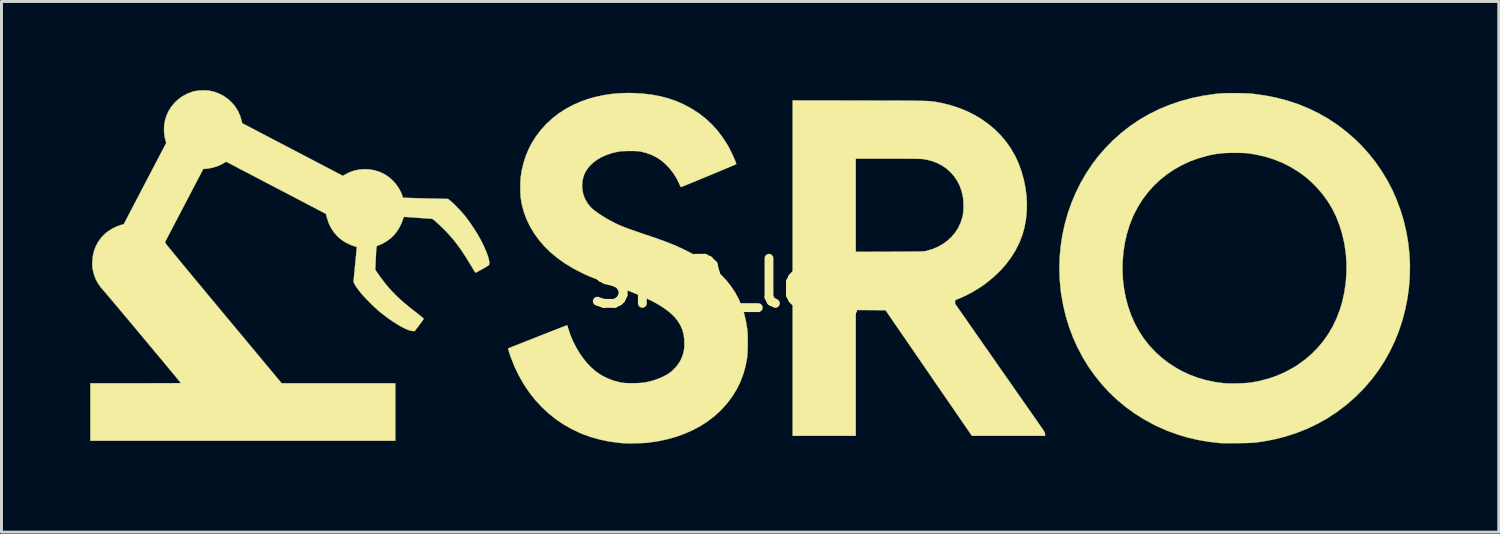
<source format=kicad_pcb>
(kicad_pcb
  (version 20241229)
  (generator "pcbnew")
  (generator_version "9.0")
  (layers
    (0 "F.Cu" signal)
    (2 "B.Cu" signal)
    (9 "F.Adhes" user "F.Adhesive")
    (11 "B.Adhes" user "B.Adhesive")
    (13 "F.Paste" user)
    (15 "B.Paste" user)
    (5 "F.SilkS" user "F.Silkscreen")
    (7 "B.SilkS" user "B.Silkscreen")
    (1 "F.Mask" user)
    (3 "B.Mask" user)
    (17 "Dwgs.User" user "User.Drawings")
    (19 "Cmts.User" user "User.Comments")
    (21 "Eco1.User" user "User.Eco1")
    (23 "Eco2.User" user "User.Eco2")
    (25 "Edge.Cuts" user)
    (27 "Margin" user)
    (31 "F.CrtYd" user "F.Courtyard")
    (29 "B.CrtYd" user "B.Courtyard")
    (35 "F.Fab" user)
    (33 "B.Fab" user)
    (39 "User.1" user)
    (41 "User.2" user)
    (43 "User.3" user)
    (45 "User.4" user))
  (footprint "SRO_logo"
    (layer "F.Cu")
    (at 22.192 6.519)
    (property "Reference" "SRO_logo" (at 0 0 0) (layer "F.SilkS") (effects (font (size 1.524 1.524) (thickness 0.3))))
    (attr through_hole)
    (fp_poly (pts (xy 3.839 -6.169) (xy 4.125 -6.168) (xy 4.388 -6.168) (xy 4.628 -6.167) (xy 4.846 -6.167) (xy 5.043 -6.166) (xy 5.221 -6.166) (xy 5.381 -6.165) (xy 5.525 -6.164) (xy 5.652 -6.163) (xy 5.766 -6.161) (xy 5.866 -6.16) (xy 5.955 -6.158) (xy 6.032 -6.156) (xy 6.101 -6.153) (xy 6.161 -6.15) (xy 6.214 -6.146) (xy 6.261 -6.142) (xy 6.304 -6.138) (xy 6.343 -6.133) (xy 6.381 -6.127) (xy 6.417 -6.121) (xy 6.454 -6.114) (xy 6.493 -6.106) (xy 6.534 -6.098) (xy 6.579 -6.089) (xy 6.88 -6.017) (xy 7.169 -5.925) (xy 7.446 -5.813) (xy 7.709 -5.683) (xy 7.958 -5.534) (xy 8.19 -5.368) (xy 8.407 -5.184) (xy 8.605 -4.985) (xy 8.785 -4.77) (xy 8.945 -4.541) (xy 9.084 -4.298) (xy 9.099 -4.269) (xy 9.212 -4.018) (xy 9.306 -3.757) (xy 9.38 -3.489) (xy 9.435 -3.216) (xy 9.469 -2.941) (xy 9.483 -2.666) (xy 9.476 -2.395) (xy 9.448 -2.129) (xy 9.399 -1.871) (xy 9.33 -1.624) (xy 9.326 -1.613) (xy 9.225 -1.356) (xy 9.101 -1.108) (xy 8.953 -0.87) (xy 8.783 -0.642) (xy 8.59 -0.423) (xy 8.374 -0.216) (xy 8.137 -0.019) (xy 7.995 0.085) (xy 7.83 0.195) (xy 7.654 0.3) (xy 7.472 0.398) (xy 7.294 0.483) (xy 7.173 0.534) (xy 7.062 0.578) (xy 7.054 0.632) (xy 7.052 0.677) (xy 7.064 0.713) (xy 7.068 0.721) (xy 7.078 0.735) (xy 7.101 0.768) (xy 7.138 0.821) (xy 7.186 0.891) (xy 7.247 0.977) (xy 7.318 1.08) (xy 7.4 1.197) (xy 7.491 1.327) (xy 7.591 1.471) (xy 7.699 1.625) (xy 7.814 1.79) (xy 7.936 1.965) (xy 8.064 2.148) (xy 8.197 2.338) (xy 8.334 2.534) (xy 8.471 2.731) (xy 8.613 2.935) (xy 8.753 3.135) (xy 8.89 3.33) (xy 9.021 3.518) (xy 9.148 3.7) (xy 9.269 3.873) (xy 9.383 4.036) (xy 9.49 4.189) (xy 9.588 4.329) (xy 9.677 4.457) (xy 9.756 4.57) (xy 9.825 4.668) (xy 9.881 4.75) (xy 9.926 4.814) (xy 9.958 4.859) (xy 9.974 4.882) (xy 10.019 4.948) (xy 10.052 4.998) (xy 10.074 5.034) (xy 10.088 5.063) (xy 10.094 5.086) (xy 10.096 5.108) (xy 10.097 5.113) (xy 10.097 5.169) (xy 7.624 5.169) (xy 4.703 0.921) (xy 3.696 0.914) (xy 3.696 5.169) (xy 1.562 5.169) (xy 1.562 -1.053) (xy 3.696 -1.053) (xy 4.842 -1.057) (xy 5.04 -1.058) (xy 5.215 -1.059) (xy 5.368 -1.06) (xy 5.5 -1.061) (xy 5.614 -1.062) (xy 5.71 -1.063) (xy 5.791 -1.064) (xy 5.859 -1.066) (xy 5.914 -1.067) (xy 5.959 -1.069) (xy 5.995 -1.072) (xy 6.024 -1.074) (xy 6.048 -1.077) (xy 6.068 -1.081) (xy 6.083 -1.084) (xy 6.283 -1.143) (xy 6.47 -1.221) (xy 6.641 -1.318) (xy 6.797 -1.431) (xy 6.936 -1.56) (xy 7.057 -1.704) (xy 7.158 -1.861) (xy 7.239 -2.03) (xy 7.298 -2.21) (xy 7.322 -2.323) (xy 7.332 -2.401) (xy 7.338 -2.498) (xy 7.34 -2.603) (xy 7.338 -2.71) (xy 7.332 -2.81) (xy 7.323 -2.897) (xy 7.321 -2.905) (xy 7.278 -3.101) (xy 7.212 -3.285) (xy 7.126 -3.455) (xy 7.02 -3.61) (xy 6.896 -3.751) (xy 6.755 -3.874) (xy 6.598 -3.98) (xy 6.426 -4.067) (xy 6.24 -4.134) (xy 6.041 -4.18) (xy 6.007 -4.185) (xy 5.981 -4.189) (xy 5.948 -4.192) (xy 5.907 -4.194) (xy 5.856 -4.196) (xy 5.793 -4.198) (xy 5.717 -4.2) (xy 5.627 -4.201) (xy 5.52 -4.202) (xy 5.395 -4.203) (xy 5.25 -4.203) (xy 5.084 -4.203) (xy 4.895 -4.204) (xy 4.791 -4.204) (xy 3.696 -4.204) (xy 3.696 -1.053) (xy 1.562 -1.053) (xy 1.562 -6.173) (xy 3.839 -6.169)) (stroke (width 0.01) (type solid)) (fill yes) (layer "F.SilkS"))
    (fp_poly (pts (xy 16.663 -6.418) (xy 16.796 -6.415) (xy 16.92 -6.411) (xy 17.03 -6.405) (xy 17.121 -6.398) (xy 17.132 -6.396) (xy 17.534 -6.341) (xy 17.924 -6.264) (xy 18.301 -6.164) (xy 18.666 -6.043) (xy 19.018 -5.899) (xy 19.357 -5.734) (xy 19.684 -5.546) (xy 19.998 -5.337) (xy 20.299 -5.106) (xy 20.587 -4.853) (xy 20.778 -4.666) (xy 21.031 -4.389) (xy 21.264 -4.097) (xy 21.477 -3.791) (xy 21.669 -3.473) (xy 21.841 -3.144) (xy 21.991 -2.804) (xy 22.12 -2.455) (xy 22.228 -2.098) (xy 22.313 -1.735) (xy 22.377 -1.365) (xy 22.417 -0.992) (xy 22.436 -0.615) (xy 22.431 -0.236) (xy 22.403 0.145) (xy 22.351 0.525) (xy 22.275 0.903) (xy 22.185 1.248) (xy 22.065 1.616) (xy 21.922 1.972) (xy 21.758 2.315) (xy 21.572 2.645) (xy 21.366 2.962) (xy 21.139 3.264) (xy 20.893 3.55) (xy 20.627 3.82) (xy 20.342 4.074) (xy 20.263 4.139) (xy 19.957 4.369) (xy 19.638 4.578) (xy 19.306 4.764) (xy 18.963 4.928) (xy 18.608 5.069) (xy 18.241 5.188) (xy 17.863 5.285) (xy 17.474 5.359) (xy 17.234 5.393) (xy 17.172 5.399) (xy 17.1 5.404) (xy 17.015 5.408) (xy 16.915 5.412) (xy 16.796 5.414) (xy 16.656 5.416) (xy 16.573 5.417) (xy 16.462 5.417) (xy 16.356 5.417) (xy 16.26 5.417) (xy 16.176 5.417) (xy 16.107 5.417) (xy 16.057 5.416) (xy 16.029 5.415) (xy 16.027 5.415) (xy 15.64 5.371) (xy 15.266 5.307) (xy 14.905 5.223) (xy 14.555 5.117) (xy 14.212 4.99) (xy 13.875 4.841) (xy 13.773 4.791) (xy 13.439 4.609) (xy 13.12 4.408) (xy 12.817 4.187) (xy 12.531 3.949) (xy 12.262 3.693) (xy 12.011 3.42) (xy 11.779 3.132) (xy 11.565 2.829) (xy 11.37 2.512) (xy 11.195 2.181) (xy 11.041 1.838) (xy 10.908 1.483) (xy 10.797 1.117) (xy 10.708 0.741) (xy 10.641 0.356) (xy 10.63 0.273) (xy 10.593 -0.11) (xy 10.583 -0.424) (xy 12.715 -0.424) (xy 12.731 -0.109) (xy 12.764 0.169) (xy 12.824 0.489) (xy 12.906 0.795) (xy 13.008 1.088) (xy 13.131 1.366) (xy 13.274 1.629) (xy 13.437 1.878) (xy 13.619 2.11) (xy 13.821 2.327) (xy 14.042 2.528) (xy 14.282 2.711) (xy 14.54 2.877) (xy 14.7 2.967) (xy 14.968 3.094) (xy 15.25 3.201) (xy 15.544 3.287) (xy 15.849 3.35) (xy 16.154 3.391) (xy 16.23 3.396) (xy 16.324 3.399) (xy 16.433 3.399) (xy 16.55 3.398) (xy 16.671 3.395) (xy 16.788 3.389) (xy 16.897 3.383) (xy 16.991 3.375) (xy 17.059 3.367) (xy 17.374 3.308) (xy 17.677 3.227) (xy 17.969 3.123) (xy 18.249 2.997) (xy 18.518 2.848) (xy 18.631 2.776) (xy 18.879 2.598) (xy 19.108 2.403) (xy 19.317 2.192) (xy 19.507 1.964) (xy 19.678 1.721) (xy 19.828 1.463) (xy 19.958 1.189) (xy 20.068 0.9) (xy 20.149 0.629) (xy 20.219 0.311) (xy 20.266 -0.014) (xy 20.29 -0.341) (xy 20.291 -0.669) (xy 20.268 -0.994) (xy 20.222 -1.314) (xy 20.211 -1.372) (xy 20.138 -1.682) (xy 20.047 -1.975) (xy 19.937 -2.252) (xy 19.807 -2.514) (xy 19.658 -2.762) (xy 19.488 -2.996) (xy 19.297 -3.219) (xy 19.197 -3.322) (xy 19.101 -3.415) (xy 19.012 -3.497) (xy 18.925 -3.57) (xy 18.833 -3.642) (xy 18.73 -3.716) (xy 18.628 -3.785) (xy 18.379 -3.936) (xy 18.118 -4.067) (xy 17.843 -4.177) (xy 17.553 -4.268) (xy 17.248 -4.339) (xy 16.98 -4.384) (xy 16.918 -4.39) (xy 16.832 -4.395) (xy 16.724 -4.398) (xy 16.596 -4.4) (xy 16.491 -4.4) (xy 16.342 -4.399) (xy 16.213 -4.395) (xy 16.099 -4.389) (xy 15.992 -4.378) (xy 15.888 -4.364) (xy 15.782 -4.345) (xy 15.667 -4.321) (xy 15.577 -4.299) (xy 15.278 -4.215) (xy 14.992 -4.109) (xy 14.719 -3.983) (xy 14.459 -3.836) (xy 14.213 -3.67) (xy 13.983 -3.485) (xy 13.77 -3.283) (xy 13.574 -3.063) (xy 13.396 -2.827) (xy 13.238 -2.576) (xy 13.099 -2.31) (xy 13.065 -2.235) (xy 12.955 -1.956) (xy 12.866 -1.665) (xy 12.797 -1.363) (xy 12.748 -1.053) (xy 12.721 -0.739) (xy 12.715 -0.424) (xy 10.583 -0.424) (xy 10.581 -0.493) (xy 10.593 -0.875) (xy 10.628 -1.255) (xy 10.686 -1.631) (xy 10.767 -2.002) (xy 10.87 -2.366) (xy 10.996 -2.722) (xy 11.143 -3.069) (xy 11.311 -3.404) (xy 11.5 -3.728) (xy 11.709 -4.039) (xy 11.881 -4.264) (xy 12.131 -4.555) (xy 12.397 -4.826) (xy 12.677 -5.076) (xy 12.972 -5.306) (xy 13.282 -5.516) (xy 13.606 -5.704) (xy 13.943 -5.872) (xy 14.294 -6.018) (xy 14.659 -6.143) (xy 15.036 -6.247) (xy 15.425 -6.329) (xy 15.827 -6.389) (xy 15.951 -6.403) (xy 16.035 -6.41) (xy 16.14 -6.415) (xy 16.26 -6.418) (xy 16.39 -6.42) (xy 16.526 -6.42) (xy 16.663 -6.418)) (stroke (width 0.01) (type solid)) (fill yes) (layer "F.SilkS"))
    (fp_poly (pts (xy -3.842 -6.422) (xy -3.514 -6.404) (xy -3.202 -6.368) (xy -2.906 -6.312) (xy -2.624 -6.237) (xy -2.357 -6.143) (xy -2.125 -6.04) (xy -1.861 -5.898) (xy -1.616 -5.741) (xy -1.391 -5.568) (xy -1.184 -5.377) (xy -0.992 -5.168) (xy -0.817 -4.939) (xy -0.655 -4.69) (xy -0.611 -4.614) (xy -0.579 -4.555) (xy -0.544 -4.487) (xy -0.508 -4.412) (xy -0.471 -4.336) (xy -0.437 -4.26) (xy -0.405 -4.188) (xy -0.379 -4.125) (xy -0.359 -4.074) (xy -0.347 -4.038) (xy -0.345 -4.02) (xy -0.345 -4.02) (xy -0.359 -4.013) (xy -0.394 -3.997) (xy -0.448 -3.974) (xy -0.518 -3.944) (xy -0.604 -3.908) (xy -0.701 -3.867) (xy -0.81 -3.821) (xy -0.926 -3.773) (xy -1.049 -3.722) (xy -1.176 -3.669) (xy -1.304 -3.615) (xy -1.432 -3.562) (xy -1.557 -3.511) (xy -1.678 -3.461) (xy -1.792 -3.414) (xy -1.897 -3.371) (xy -1.99 -3.333) (xy -2.07 -3.3) (xy -2.135 -3.274) (xy -2.182 -3.255) (xy -2.21 -3.245) (xy -2.216 -3.243) (xy -2.226 -3.256) (xy -2.243 -3.288) (xy -2.263 -3.331) (xy -2.27 -3.348) (xy -2.356 -3.526) (xy -2.464 -3.701) (xy -2.593 -3.867) (xy -2.699 -3.982) (xy -2.848 -4.117) (xy -3.009 -4.229) (xy -3.182 -4.321) (xy -3.37 -4.391) (xy -3.534 -4.435) (xy -3.582 -4.444) (xy -3.626 -4.452) (xy -3.673 -4.457) (xy -3.726 -4.46) (xy -3.792 -4.462) (xy -3.875 -4.463) (xy -3.943 -4.463) (xy -4.056 -4.462) (xy -4.148 -4.459) (xy -4.223 -4.455) (xy -4.286 -4.449) (xy -4.34 -4.441) (xy -4.538 -4.395) (xy -4.722 -4.334) (xy -4.892 -4.26) (xy -5.045 -4.172) (xy -5.181 -4.072) (xy -5.297 -3.961) (xy -5.393 -3.84) (xy -5.467 -3.711) (xy -5.505 -3.617) (xy -5.544 -3.461) (xy -5.558 -3.304) (xy -5.549 -3.148) (xy -5.516 -2.995) (xy -5.46 -2.847) (xy -5.382 -2.708) (xy -5.282 -2.579) (xy -5.238 -2.533) (xy -5.196 -2.495) (xy -5.135 -2.447) (xy -5.061 -2.393) (xy -4.977 -2.334) (xy -4.888 -2.276) (xy -4.798 -2.219) (xy -4.711 -2.167) (xy -4.693 -2.156) (xy -4.603 -2.107) (xy -4.516 -2.061) (xy -4.429 -2.017) (xy -4.338 -1.975) (xy -4.241 -1.933) (xy -4.135 -1.89) (xy -4.017 -1.845) (xy -3.885 -1.797) (xy -3.736 -1.745) (xy -3.567 -1.687) (xy -3.444 -1.645) (xy -3.252 -1.58) (xy -3.081 -1.522) (xy -2.928 -1.468) (xy -2.791 -1.419) (xy -2.667 -1.372) (xy -2.552 -1.327) (xy -2.445 -1.283) (xy -2.341 -1.238) (xy -2.238 -1.191) (xy -2.133 -1.141) (xy -2.023 -1.087) (xy -1.956 -1.053) (xy -1.759 -0.95) (xy -1.583 -0.85) (xy -1.423 -0.748) (xy -1.273 -0.641) (xy -1.13 -0.528) (xy -0.988 -0.403) (xy -0.891 -0.311) (xy -0.7 -0.111) (xy -0.532 0.098) (xy -0.386 0.316) (xy -0.262 0.546) (xy -0.159 0.788) (xy -0.076 1.044) (xy -0.013 1.315) (xy 0.028 1.575) (xy 0.035 1.651) (xy 0.04 1.746) (xy 0.043 1.855) (xy 0.044 1.973) (xy 0.044 2.094) (xy 0.042 2.214) (xy 0.038 2.326) (xy 0.032 2.425) (xy 0.024 2.507) (xy 0.021 2.534) (xy -0.032 2.816) (xy -0.108 3.085) (xy -0.206 3.344) (xy -0.327 3.59) (xy -0.471 3.826) (xy -0.637 4.05) (xy -0.827 4.264) (xy -0.873 4.311) (xy -1.081 4.502) (xy -1.309 4.677) (xy -1.554 4.835) (xy -1.815 4.975) (xy -2.092 5.098) (xy -2.382 5.202) (xy -2.686 5.287) (xy -3.001 5.353) (xy -3.327 5.399) (xy -3.37 5.404) (xy -3.431 5.409) (xy -3.509 5.413) (xy -3.599 5.416) (xy -3.699 5.419) (xy -3.801 5.421) (xy -3.903 5.422) (xy -3.999 5.422) (xy -4.084 5.421) (xy -4.154 5.419) (xy -4.204 5.415) (xy -4.21 5.415) (xy -4.239 5.412) (xy -4.285 5.407) (xy -4.342 5.401) (xy -4.381 5.396) (xy -4.669 5.356) (xy -4.96 5.294) (xy -5.246 5.214) (xy -5.522 5.117) (xy -5.632 5.072) (xy -5.921 4.934) (xy -6.197 4.776) (xy -6.459 4.596) (xy -6.706 4.397) (xy -6.937 4.179) (xy -7.153 3.943) (xy -7.352 3.689) (xy -7.533 3.419) (xy -7.697 3.132) (xy -7.842 2.83) (xy -7.967 2.513) (xy -7.997 2.429) (xy -8.019 2.361) (xy -8.038 2.301) (xy -8.052 2.255) (xy -8.06 2.225) (xy -8.061 2.215) (xy -8.049 2.21) (xy -8.015 2.196) (xy -7.962 2.174) (xy -7.891 2.146) (xy -7.806 2.112) (xy -7.707 2.073) (xy -7.597 2.029) (xy -7.478 1.982) (xy -7.353 1.933) (xy -7.223 1.882) (xy -7.09 1.829) (xy -6.957 1.777) (xy -6.826 1.725) (xy -6.698 1.675) (xy -6.577 1.627) (xy -6.463 1.583) (xy -6.359 1.542) (xy -6.267 1.506) (xy -6.19 1.476) (xy -6.129 1.453) (xy -6.086 1.437) (xy -6.064 1.428) (xy -6.061 1.428) (xy -6.057 1.44) (xy -6.047 1.472) (xy -6.034 1.516) (xy -6.026 1.542) (xy -5.955 1.756) (xy -5.866 1.967) (xy -5.763 2.171) (xy -5.647 2.367) (xy -5.52 2.549) (xy -5.384 2.717) (xy -5.241 2.865) (xy -5.093 2.992) (xy -5.08 3.002) (xy -4.897 3.124) (xy -4.7 3.224) (xy -4.492 3.303) (xy -4.274 3.36) (xy -4.207 3.372) (xy -4.133 3.381) (xy -4.041 3.386) (xy -3.935 3.389) (xy -3.821 3.389) (xy -3.707 3.386) (xy -3.597 3.381) (xy -3.498 3.372) (xy -3.416 3.362) (xy -3.404 3.359) (xy -3.25 3.325) (xy -3.094 3.279) (xy -2.942 3.222) (xy -2.8 3.159) (xy -2.674 3.09) (xy -2.627 3.06) (xy -2.491 2.953) (xy -2.371 2.827) (xy -2.27 2.687) (xy -2.21 2.577) (xy -2.161 2.458) (xy -2.127 2.339) (xy -2.106 2.212) (xy -2.099 2.113) (xy -2.101 1.922) (xy -2.125 1.743) (xy -2.171 1.576) (xy -2.239 1.42) (xy -2.331 1.273) (xy -2.446 1.134) (xy -2.585 1.004) (xy -2.672 0.935) (xy -2.768 0.865) (xy -2.867 0.799) (xy -2.971 0.734) (xy -3.082 0.671) (xy -3.201 0.607) (xy -3.331 0.544) (xy -3.473 0.478) (xy -3.629 0.411) (xy -3.8 0.34) (xy -3.99 0.266) (xy -4.198 0.187) (xy -4.428 0.102) (xy -4.623 0.032) (xy -4.774 -0.023) (xy -4.904 -0.07) (xy -5.015 -0.11) (xy -5.111 -0.146) (xy -5.194 -0.178) (xy -5.267 -0.207) (xy -5.333 -0.234) (xy -5.394 -0.261) (xy -5.454 -0.288) (xy -5.515 -0.316) (xy -5.556 -0.336) (xy -5.854 -0.49) (xy -6.129 -0.656) (xy -6.382 -0.835) (xy -6.613 -1.026) (xy -6.823 -1.23) (xy -7.011 -1.446) (xy -7.175 -1.672) (xy -7.316 -1.906) (xy -7.433 -2.147) (xy -7.526 -2.395) (xy -7.594 -2.65) (xy -7.634 -2.883) (xy -7.64 -2.956) (xy -7.645 -3.047) (xy -7.647 -3.151) (xy -7.648 -3.26) (xy -7.646 -3.368) (xy -7.642 -3.469) (xy -7.636 -3.555) (xy -7.633 -3.588) (xy -7.595 -3.822) (xy -7.538 -4.058) (xy -7.463 -4.291) (xy -7.372 -4.513) (xy -7.268 -4.717) (xy -7.12 -4.954) (xy -6.951 -5.176) (xy -6.764 -5.382) (xy -6.559 -5.57) (xy -6.337 -5.742) (xy -6.098 -5.895) (xy -5.844 -6.03) (xy -5.575 -6.146) (xy -5.292 -6.242) (xy -5.095 -6.294) (xy -4.829 -6.351) (xy -4.565 -6.391) (xy -4.298 -6.415) (xy -4.021 -6.424) (xy -3.842 -6.422)) (stroke (width 0.01) (type solid)) (fill yes) (layer "F.SilkS"))
    (fp_poly (pts (xy -18.231 -6.51) (xy -18.164 -6.503) (xy -17.99 -6.463) (xy -17.824 -6.4) (xy -17.669 -6.318) (xy -17.527 -6.216) (xy -17.399 -6.098) (xy -17.288 -5.965) (xy -17.196 -5.818) (xy -17.124 -5.66) (xy -17.08 -5.517) (xy -17.052 -5.402) (xy -16.264 -4.99) (xy -16.115 -4.913) (xy -15.949 -4.825) (xy -15.768 -4.731) (xy -15.577 -4.631) (xy -15.381 -4.529) (xy -15.184 -4.426) (xy -14.991 -4.325) (xy -14.804 -4.227) (xy -14.63 -4.136) (xy -14.561 -4.1) (xy -13.646 -3.622) (xy -13.595 -3.654) (xy -13.438 -3.737) (xy -13.271 -3.797) (xy -13.098 -3.834) (xy -12.923 -3.849) (xy -12.746 -3.84) (xy -12.572 -3.809) (xy -12.403 -3.756) (xy -12.241 -3.679) (xy -12.217 -3.666) (xy -12.088 -3.577) (xy -11.966 -3.47) (xy -11.857 -3.35) (xy -11.764 -3.22) (xy -11.689 -3.084) (xy -11.639 -2.957) (xy -11.617 -2.885) (xy -11.463 -2.878) (xy -11.418 -2.876) (xy -11.352 -2.874) (xy -11.267 -2.871) (xy -11.166 -2.868) (xy -11.053 -2.865) (xy -10.932 -2.862) (xy -10.805 -2.859) (xy -10.7 -2.856) (xy -10.09 -2.842) (xy -10.006 -2.774) (xy -9.948 -2.722) (xy -9.877 -2.656) (xy -9.8 -2.578) (xy -9.72 -2.495) (xy -9.641 -2.409) (xy -9.569 -2.327) (xy -9.508 -2.254) (xy -9.44 -2.165) (xy -9.364 -2.06) (xy -9.285 -1.946) (xy -9.206 -1.828) (xy -9.133 -1.714) (xy -9.07 -1.609) (xy -9.054 -1.582) (xy -8.981 -1.449) (xy -8.915 -1.319) (xy -8.856 -1.193) (xy -8.805 -1.073) (xy -8.762 -0.962) (xy -8.729 -0.861) (xy -8.707 -0.774) (xy -8.695 -0.701) (xy -8.695 -0.645) (xy -8.708 -0.609) (xy -8.709 -0.607) (xy -8.727 -0.592) (xy -8.761 -0.57) (xy -8.808 -0.541) (xy -8.864 -0.508) (xy -8.925 -0.473) (xy -8.987 -0.439) (xy -9.046 -0.407) (xy -9.097 -0.38) (xy -9.137 -0.361) (xy -9.162 -0.351) (xy -9.168 -0.351) (xy -9.177 -0.364) (xy -9.197 -0.397) (xy -9.226 -0.444) (xy -9.262 -0.504) (xy -9.303 -0.572) (xy -9.322 -0.603) (xy -9.45 -0.813) (xy -9.571 -1.002) (xy -9.688 -1.174) (xy -9.804 -1.332) (xy -9.921 -1.479) (xy -10.042 -1.618) (xy -10.168 -1.753) (xy -10.27 -1.855) (xy -10.364 -1.946) (xy -10.447 -2.022) (xy -10.516 -2.084) (xy -10.572 -2.13) (xy -10.613 -2.16) (xy -10.638 -2.172) (xy -10.64 -2.172) (xy -10.657 -2.173) (xy -10.697 -2.175) (xy -10.756 -2.179) (xy -10.831 -2.184) (xy -10.919 -2.19) (xy -11.017 -2.197) (xy -11.1 -2.203) (xy -11.204 -2.211) (xy -11.3 -2.218) (xy -11.387 -2.224) (xy -11.46 -2.229) (xy -11.516 -2.232) (xy -11.552 -2.235) (xy -11.565 -2.235) (xy -11.581 -2.231) (xy -11.593 -2.217) (xy -11.606 -2.187) (xy -11.62 -2.143) (xy -11.669 -2.01) (xy -11.736 -1.876) (xy -11.816 -1.748) (xy -11.906 -1.632) (xy -12.002 -1.534) (xy -12.011 -1.527) (xy -12.154 -1.419) (xy -12.311 -1.328) (xy -12.476 -1.257) (xy -12.486 -1.254) (xy -12.494 -1.249) (xy -12.501 -1.239) (xy -12.507 -1.223) (xy -12.512 -1.196) (xy -12.516 -1.157) (xy -12.521 -1.103) (xy -12.525 -1.032) (xy -12.53 -0.941) (xy -12.535 -0.828) (xy -12.536 -0.792) (xy -12.552 -0.448) (xy -12.453 -0.303) (xy -12.34 -0.145) (xy -12.226 0.004) (xy -12.109 0.146) (xy -11.985 0.283) (xy -11.852 0.419) (xy -11.707 0.555) (xy -11.548 0.694) (xy -11.372 0.839) (xy -11.176 0.993) (xy -11.141 1.02) (xy -11.067 1.078) (xy -11.005 1.127) (xy -10.958 1.168) (xy -10.927 1.197) (xy -10.915 1.213) (xy -10.914 1.214) (xy -10.924 1.229) (xy -10.946 1.261) (xy -10.978 1.306) (xy -11.019 1.361) (xy -11.065 1.423) (xy -11.069 1.428) (xy -11.217 1.626) (xy -11.279 1.626) (xy -11.344 1.617) (xy -11.426 1.592) (xy -11.522 1.553) (xy -11.63 1.499) (xy -11.749 1.434) (xy -11.875 1.356) (xy -12.007 1.269) (xy -12.143 1.174) (xy -12.28 1.07) (xy -12.417 0.961) (xy -12.44 0.942) (xy -12.499 0.89) (xy -12.57 0.824) (xy -12.649 0.749) (xy -12.731 0.668) (xy -12.812 0.586) (xy -12.889 0.506) (xy -12.958 0.433) (xy -13.015 0.369) (xy -13.047 0.33) (xy -13.126 0.228) (xy -13.19 0.139) (xy -13.238 0.064) (xy -13.27 0.004) (xy -13.284 -0.039) (xy -13.284 -0.048) (xy -13.283 -0.072) (xy -13.28 -0.117) (xy -13.274 -0.181) (xy -13.267 -0.261) (xy -13.259 -0.353) (xy -13.249 -0.455) (xy -13.24 -0.552) (xy -13.229 -0.663) (xy -13.219 -0.769) (xy -13.209 -0.869) (xy -13.2 -0.957) (xy -13.193 -1.031) (xy -13.188 -1.086) (xy -13.185 -1.115) (xy -13.175 -1.22) (xy -13.226 -1.232) (xy -13.261 -1.243) (xy -13.311 -1.26) (xy -13.368 -1.281) (xy -13.392 -1.29) (xy -13.556 -1.369) (xy -13.705 -1.467) (xy -13.838 -1.584) (xy -13.954 -1.719) (xy -14.052 -1.869) (xy -14.13 -2.033) (xy -14.187 -2.209) (xy -14.191 -2.225) (xy -14.217 -2.336) (xy -15.875 -3.202) (xy -16.067 -3.302) (xy -16.253 -3.399) (xy -16.432 -3.493) (xy -16.602 -3.582) (xy -16.763 -3.666) (xy -16.913 -3.744) (xy -17.051 -3.816) (xy -17.175 -3.881) (xy -17.284 -3.939) (xy -17.377 -3.988) (xy -17.453 -4.027) (xy -17.511 -4.058) (xy -17.548 -4.077) (xy -17.564 -4.086) (xy -17.565 -4.086) (xy -17.585 -4.096) (xy -17.603 -4.095) (xy -17.628 -4.083) (xy -17.657 -4.065) (xy -17.762 -4.004) (xy -17.885 -3.951) (xy -18.019 -3.908) (xy -18.155 -3.877) (xy -18.262 -3.864) (xy -18.37 -3.854) (xy -19.016 -2.618) (xy -19.662 -1.382) (xy -19.63 -1.323) (xy -19.619 -1.308) (xy -19.593 -1.275) (xy -19.552 -1.224) (xy -19.496 -1.155) (xy -19.427 -1.071) (xy -19.346 -0.972) (xy -19.252 -0.858) (xy -19.147 -0.731) (xy -19.032 -0.592) (xy -18.907 -0.44) (xy -18.773 -0.278) (xy -18.631 -0.107) (xy -18.481 0.074) (xy -18.324 0.263) (xy -18.161 0.46) (xy -17.992 0.662) (xy -17.819 0.87) (xy -17.658 1.063) (xy -15.718 3.391) (xy -11.874 3.391) (xy -11.874 5.334) (xy -22.187 5.334) (xy -22.187 3.391) (xy -20.657 3.391) (xy -20.462 3.391) (xy -20.274 3.391) (xy -20.095 3.39) (xy -19.926 3.39) (xy -19.769 3.39) (xy -19.626 3.389) (xy -19.498 3.389) (xy -19.386 3.388) (xy -19.292 3.387) (xy -19.217 3.387) (xy -19.164 3.386) (xy -19.133 3.385) (xy -19.126 3.384) (xy -19.134 3.374) (xy -19.157 3.344) (xy -19.195 3.298) (xy -19.246 3.237) (xy -19.308 3.161) (xy -19.382 3.072) (xy -19.466 2.971) (xy -19.559 2.859) (xy -19.659 2.738) (xy -19.767 2.609) (xy -19.88 2.473) (xy -19.998 2.332) (xy -20.119 2.186) (xy -20.243 2.037) (xy -20.369 1.887) (xy -20.495 1.736) (xy -20.62 1.586) (xy -20.744 1.438) (xy -20.865 1.293) (xy -20.983 1.153) (xy -21.095 1.019) (xy -21.202 0.892) (xy -21.302 0.773) (xy -21.394 0.664) (xy -21.476 0.566) (xy -21.549 0.48) (xy -21.611 0.407) (xy -21.66 0.349) (xy -21.696 0.307) (xy -21.718 0.283) (xy -21.72 0.279) (xy -21.84 0.14) (xy -21.937 -0.001) (xy -22.012 -0.145) (xy -22.068 -0.298) (xy -22.098 -0.419) (xy -22.11 -0.481) (xy -22.118 -0.536) (xy -22.121 -0.591) (xy -22.122 -0.655) (xy -22.119 -0.73) (xy -22.102 -0.913) (xy -22.063 -1.083) (xy -22.002 -1.244) (xy -21.918 -1.396) (xy -21.809 -1.543) (xy -21.79 -1.566) (xy -21.692 -1.664) (xy -21.574 -1.757) (xy -21.445 -1.839) (xy -21.309 -1.906) (xy -21.174 -1.955) (xy -21.162 -1.959) (xy -21.057 -1.988) (xy -19.62 -4.737) (xy -19.639 -4.798) (xy -19.651 -4.839) (xy -19.664 -4.895) (xy -19.676 -4.955) (xy -19.678 -4.971) (xy -19.697 -5.15) (xy -19.691 -5.325) (xy -19.662 -5.496) (xy -19.612 -5.66) (xy -19.541 -5.815) (xy -19.45 -5.96) (xy -19.341 -6.093) (xy -19.215 -6.211) (xy -19.074 -6.313) (xy -18.917 -6.398) (xy -18.747 -6.463) (xy -18.696 -6.478) (xy -18.62 -6.494) (xy -18.527 -6.505) (xy -18.426 -6.512) (xy -18.324 -6.514) (xy -18.231 -6.51)) (stroke (width 0.01) (type solid)) (fill yes) (layer "F.SilkS")))
  (gr_rect
    (start -3 -3)
    (end 47.633 14.945)
    (stroke (width 0.1) (type default))
    (fill no)
    (layer "Edge.Cuts")))
</source>
